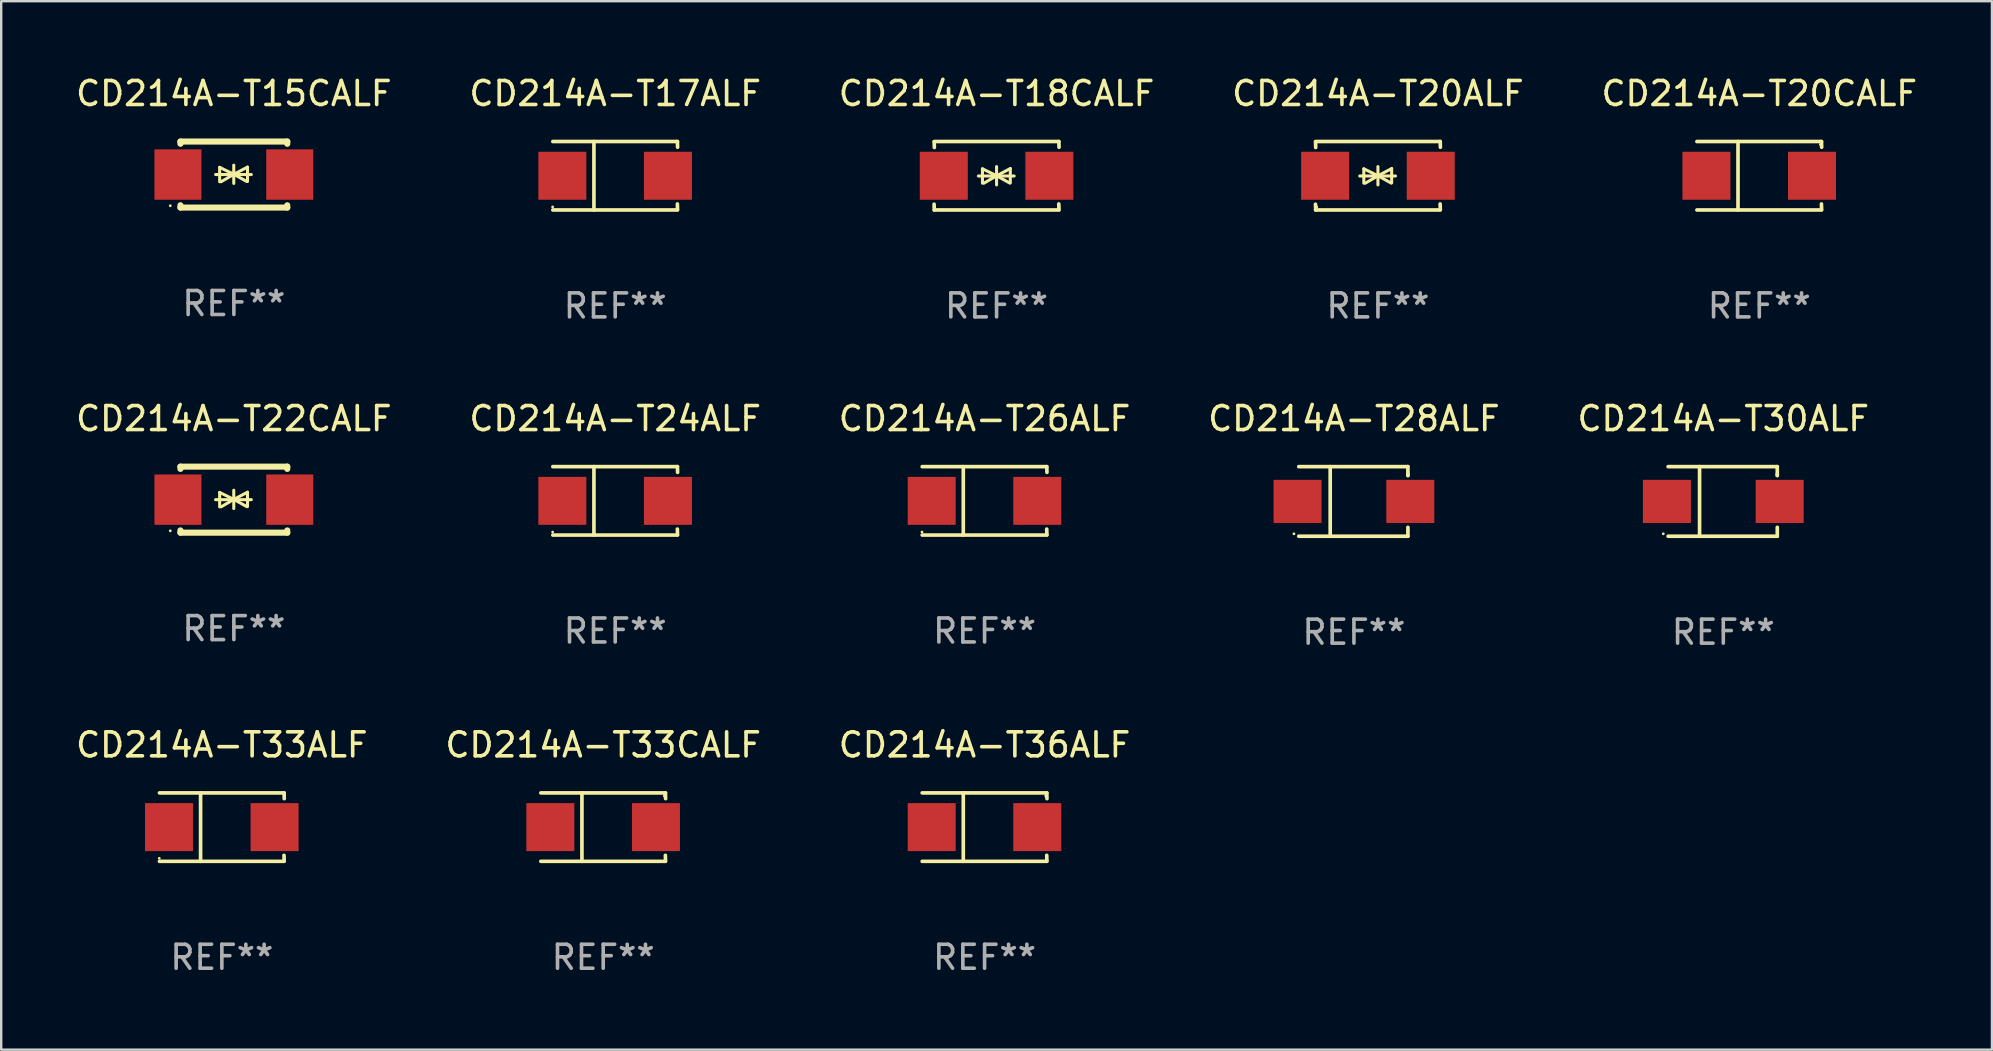
<source format=kicad_pcb>
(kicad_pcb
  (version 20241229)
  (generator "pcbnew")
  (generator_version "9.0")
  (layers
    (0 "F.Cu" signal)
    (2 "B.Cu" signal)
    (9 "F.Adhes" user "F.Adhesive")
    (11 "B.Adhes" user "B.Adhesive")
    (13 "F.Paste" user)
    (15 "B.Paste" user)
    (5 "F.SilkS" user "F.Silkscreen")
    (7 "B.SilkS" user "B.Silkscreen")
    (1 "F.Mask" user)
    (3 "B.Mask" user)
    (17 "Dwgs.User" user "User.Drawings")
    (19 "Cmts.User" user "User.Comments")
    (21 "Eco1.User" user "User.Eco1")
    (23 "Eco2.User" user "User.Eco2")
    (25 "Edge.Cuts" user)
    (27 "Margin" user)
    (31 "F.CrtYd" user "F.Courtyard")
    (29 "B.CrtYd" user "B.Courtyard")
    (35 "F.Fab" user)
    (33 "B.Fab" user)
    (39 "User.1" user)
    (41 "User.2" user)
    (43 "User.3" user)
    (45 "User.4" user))
  (footprint "CD214A-T28ALF"
    (layer "F.Cu")
    (at 53.375 17.847)
    (property "Reference" "CD214A-T28ALF" (at 0 -3.45 0) (layer "F.SilkS") (effects (font (size 1 1) (thickness 0.15))))
    (attr through_hole)
    (fp_line (start -2.3 -1.45) (end 2.25 -1.45) (stroke (width 0.152) (type solid)) (layer "F.SilkS"))
    (fp_line (start -0.989 -1.45) (end -0.989 1.45) (stroke (width 0.152) (type solid)) (layer "F.SilkS"))
    (fp_line (start 2.25 -1.45) (end 2.25 -1.08) (stroke (width 0.152) (type solid)) (layer "F.SilkS"))
    (fp_line (start 2.25 -1.08) (end 2.25 -1.142) (stroke (width 0.152) (type solid)) (layer "F.SilkS"))
    (fp_line (start 2.25 1.45) (end -2.3 1.45) (stroke (width 0.152) (type solid)) (layer "F.SilkS"))
    (fp_line (start 2.25 1.45) (end 2.25 1.08) (stroke (width 0.152) (type solid)) (layer "F.SilkS"))
    (fp_circle (center -2.5 1.35) (end -2.47 1.35) (stroke (width 0.06) (type solid)) (fill no) (layer "F.SilkS"))
    (fp_text user "REF**" (at 0 5.45 0) (layer "F.Fab") (effects (font (size 1 1) (thickness 0.15))))
    (pad "1" smd rect (at -2.35 0.000025) (size 2 1.8) (layers "F.Cu" "F.Mask" "F.Paste"))
    (pad "2" smd rect (at 2.35 0.000025) (size 2 1.8) (layers "F.Cu" "F.Mask" "F.Paste")))
  (footprint "CD214A-T20CALF"
    (layer "F.Cu")
    (at 70.268 4.274)
    (property "Reference" "CD214A-T20CALF" (at 0 -3.426 0) (layer "F.SilkS") (effects (font (size 1 1) (thickness 0.15))))
    (attr through_hole)
    (fp_line (start -2.6 -1.426) (end 2.593 -1.426) (stroke (width 0.152) (type solid)) (layer "F.SilkS"))
    (fp_line (start -2.6 1.426) (end 2.593 1.426) (stroke (width 0.152) (type solid)) (layer "F.SilkS"))
    (fp_line (start -0.887 -1.426) (end -0.887 1.426) (stroke (width 0.152) (type solid)) (layer "F.SilkS"))
    (fp_line (start 2.59 1.176) (end 2.597 1.415) (stroke (width 0.152) (type solid)) (layer "F.SilkS"))
    (fp_line (start 2.593 -1.426) (end 2.6 -1.187) (stroke (width 0.152) (type solid)) (layer "F.SilkS"))
    (fp_circle (center 2.547 -1.3) (end 2.577 -1.3) (stroke (width 0.06) (type solid)) (fill no) (layer "F.SilkS"))
    (fp_text user "REF**" (at 0 5.426 0) (layer "F.Fab") (effects (font (size 1 1) (thickness 0.15))))
    (pad "1" smd rect (at 2.197 -0.000025 180) (size 2 2) (layers "F.Cu" "F.Mask" "F.Paste"))
    (pad "2" smd rect (at -2.203 -0.000025 180) (size 2 2) (layers "F.Cu" "F.Mask" "F.Paste")))
  (footprint "CD214A-T18CALF"
    (layer "F.Cu")
    (at 38.482 4.274)
    (property "Reference" "CD214A-T18CALF" (at 0 -3.426 0) (layer "F.SilkS") (effects (font (size 1 1) (thickness 0.15))))
    (attr through_hole)
    (fp_line (start -2.596 -1.426) (end 2.596 -1.426) (stroke (width 0.152) (type solid)) (layer "F.SilkS"))
    (fp_line (start -2.596 1.426) (end -2.603 1.187) (stroke (width 0.152) (type solid)) (layer "F.SilkS"))
    (fp_line (start -2.596 1.426) (end 2.596 1.426) (stroke (width 0.152) (type solid)) (layer "F.SilkS"))
    (fp_line (start -2.593 -1.176) (end -2.6 -1.415) (stroke (width 0.152) (type solid)) (layer "F.SilkS"))
    (fp_line (start -0.758 0.011) (end 0.732 0.011) (stroke (width 0.127) (type solid)) (layer "F.SilkS"))
    (fp_line (start -0.588 -0.289) (end -0.588 0.311) (stroke (width 0.127) (type solid)) (layer "F.SilkS"))
    (fp_line (start -0.588 -0.289) (end 0 0) (stroke (width 0.127) (type solid)) (layer "F.SilkS"))
    (fp_line (start -0.528 0.311) (end 0 0) (stroke (width 0.127) (type solid)) (layer "F.SilkS"))
    (fp_line (start 0 0) (end 0 -0.381) (stroke (width 0.127) (type solid)) (layer "F.SilkS"))
    (fp_line (start 0 0) (end 0 0.381) (stroke (width 0.127) (type solid)) (layer "F.SilkS"))
    (fp_line (start 0.542 0.301) (end 0 0) (stroke (width 0.127) (type solid)) (layer "F.SilkS"))
    (fp_line (start 0.572 -0.299) (end 0 0) (stroke (width 0.127) (type solid)) (layer "F.SilkS"))
    (fp_line (start 0.572 -0.299) (end 0.572 0.301) (stroke (width 0.127) (type solid)) (layer "F.SilkS"))
    (fp_line (start 2.593 1.176) (end 2.6 1.415) (stroke (width 0.152) (type solid)) (layer "F.SilkS"))
    (fp_line (start 2.596 -1.426) (end 2.603 -1.187) (stroke (width 0.152) (type solid)) (layer "F.SilkS"))
    (fp_circle (center -2.605 1.3) (end -2.575 1.3) (stroke (width 0.06) (type solid)) (fill no) (layer "F.SilkS"))
    (fp_text user "REF**" (at 0 5.426 0) (layer "F.Fab") (effects (font (size 1 1) (thickness 0.15))))
    (pad "1" smd rect (at -2.2 0 180) (size 2 2) (layers "F.Cu" "F.Mask" "F.Paste"))
    (pad "2" smd rect (at 2.2 0 180) (size 2 2) (layers "F.Cu" "F.Mask" "F.Paste")))
  (footprint "CD214A-T33ALF"
    (layer "F.Cu")
    (at 6.196 31.42)
    (property "Reference" "CD214A-T33ALF" (at 0 -3.426 0) (layer "F.SilkS") (effects (font (size 1 1) (thickness 0.15))))
    (attr through_hole)
    (fp_line (start -2.6 -1.426) (end 2.593 -1.426) (stroke (width 0.152) (type solid)) (layer "F.SilkS"))
    (fp_line (start -2.6 1.426) (end 2.593 1.426) (stroke (width 0.152) (type solid)) (layer "F.SilkS"))
    (fp_line (start -0.887 -1.426) (end -0.887 1.426) (stroke (width 0.152) (type solid)) (layer "F.SilkS"))
    (fp_line (start 2.59 1.176) (end 2.597 1.415) (stroke (width 0.152) (type solid)) (layer "F.SilkS"))
    (fp_line (start 2.593 -1.426) (end 2.6 -1.187) (stroke (width 0.152) (type solid)) (layer "F.SilkS"))
    (fp_circle (center -2.608 1.3) (end -2.578 1.3) (stroke (width 0.06) (type solid)) (fill no) (layer "F.SilkS"))
    (fp_text user "REF**" (at 0 5.426 0) (layer "F.Fab") (effects (font (size 1 1) (thickness 0.15))))
    (pad "1" smd rect (at -2.203 0 180) (size 2 2) (layers "F.Cu" "F.Mask" "F.Paste"))
    (pad "2" smd rect (at 2.197 0 180) (size 2 2) (layers "F.Cu" "F.Mask" "F.Paste")))
  (footprint "CD214A-T20ALF"
    (layer "F.Cu")
    (at 54.375 4.274)
    (property "Reference" "CD214A-T20ALF" (at 0 -3.426 0) (layer "F.SilkS") (effects (font (size 1 1) (thickness 0.15))))
    (attr through_hole)
    (fp_line (start -2.596 -1.426) (end 2.596 -1.426) (stroke (width 0.152) (type solid)) (layer "F.SilkS"))
    (fp_line (start -2.596 1.426) (end -2.603 1.187) (stroke (width 0.152) (type solid)) (layer "F.SilkS"))
    (fp_line (start -2.596 1.426) (end 2.596 1.426) (stroke (width 0.152) (type solid)) (layer "F.SilkS"))
    (fp_line (start -2.593 -1.176) (end -2.6 -1.415) (stroke (width 0.152) (type solid)) (layer "F.SilkS"))
    (fp_line (start -0.758 0.011) (end 0.732 0.011) (stroke (width 0.127) (type solid)) (layer "F.SilkS"))
    (fp_line (start -0.588 -0.289) (end -0.588 0.311) (stroke (width 0.127) (type solid)) (layer "F.SilkS"))
    (fp_line (start -0.588 -0.289) (end 0 0) (stroke (width 0.127) (type solid)) (layer "F.SilkS"))
    (fp_line (start -0.528 0.311) (end 0 0) (stroke (width 0.127) (type solid)) (layer "F.SilkS"))
    (fp_line (start 0 0) (end 0 -0.381) (stroke (width 0.127) (type solid)) (layer "F.SilkS"))
    (fp_line (start 0 0) (end 0 0.381) (stroke (width 0.127) (type solid)) (layer "F.SilkS"))
    (fp_line (start 0.542 0.301) (end 0 0) (stroke (width 0.127) (type solid)) (layer "F.SilkS"))
    (fp_line (start 0.572 -0.299) (end 0 0) (stroke (width 0.127) (type solid)) (layer "F.SilkS"))
    (fp_line (start 0.572 -0.299) (end 0.572 0.301) (stroke (width 0.127) (type solid)) (layer "F.SilkS"))
    (fp_line (start 2.593 1.176) (end 2.6 1.415) (stroke (width 0.152) (type solid)) (layer "F.SilkS"))
    (fp_line (start 2.596 -1.426) (end 2.603 -1.187) (stroke (width 0.152) (type solid)) (layer "F.SilkS"))
    (fp_circle (center -2.55 1.3) (end -2.52 1.3) (stroke (width 0.06) (type solid)) (fill no) (layer "F.SilkS"))
    (fp_text user "REF**" (at 0 5.426 0) (layer "F.Fab") (effects (font (size 1 1) (thickness 0.15))))
    (pad "1" smd rect (at -2.2 0 180) (size 2 2) (layers "F.Cu" "F.Mask" "F.Paste"))
    (pad "2" smd rect (at 2.2 0 180) (size 2 2) (layers "F.Cu" "F.Mask" "F.Paste")))
  (footprint "CD214A-T22CALF"
    (layer "F.Cu")
    (at 6.696 17.773)
    (property "Reference" "CD214A-T22CALF" (at 0 -3.376 0) (layer "F.SilkS") (effects (font (size 1 1) (thickness 0.15))))
    (attr through_hole)
    (fp_line (start -2.226 -1.376) (end -2.226 -1.281) (stroke (width 0.254) (type solid)) (layer "F.SilkS"))
    (fp_line (start -2.226 -1.376) (end 2.226 -1.376) (stroke (width 0.254) (type solid)) (layer "F.SilkS"))
    (fp_line (start -2.226 1.281) (end -2.226 1.376) (stroke (width 0.254) (type solid)) (layer "F.SilkS"))
    (fp_line (start -2.226 1.376) (end 2.226 1.376) (stroke (width 0.254) (type solid)) (layer "F.SilkS"))
    (fp_line (start -0.762 0) (end 0.728 0) (stroke (width 0.127) (type solid)) (layer "F.SilkS"))
    (fp_line (start -0.592 -0.3) (end -0.592 0.3) (stroke (width 0.127) (type solid)) (layer "F.SilkS"))
    (fp_line (start -0.592 -0.3) (end -0.004 -0.011) (stroke (width 0.127) (type solid)) (layer "F.SilkS"))
    (fp_line (start -0.532 0.3) (end -0.004 -0.011) (stroke (width 0.127) (type solid)) (layer "F.SilkS"))
    (fp_line (start -0.004 -0.011) (end -0.004 -0.392) (stroke (width 0.127) (type solid)) (layer "F.SilkS"))
    (fp_line (start -0.004 -0.011) (end -0.004 0.37) (stroke (width 0.127) (type solid)) (layer "F.SilkS"))
    (fp_line (start 0.538 0.29) (end -0.004 -0.011) (stroke (width 0.127) (type solid)) (layer "F.SilkS"))
    (fp_line (start 0.568 -0.31) (end -0.004 -0.011) (stroke (width 0.127) (type solid)) (layer "F.SilkS"))
    (fp_line (start 0.568 -0.31) (end 0.568 0.29) (stroke (width 0.127) (type solid)) (layer "F.SilkS"))
    (fp_line (start 2.226 -1.376) (end 2.226 -1.281) (stroke (width 0.254) (type solid)) (layer "F.SilkS"))
    (fp_line (start 2.226 1.281) (end 2.226 1.376) (stroke (width 0.254) (type solid)) (layer "F.SilkS"))
    (fp_circle (center -2.65 1.3) (end -2.62 1.3) (stroke (width 0.06) (type solid)) (fill no) (layer "F.SilkS"))
    (fp_text user "REF**" (at 0 5.376 0) (layer "F.Fab") (effects (font (size 1 1) (thickness 0.15))))
    (pad "1" smd rect (at -2.33 0) (size 1.96 2.1) (layers "F.Cu" "F.Mask" "F.Paste"))
    (pad "2" smd rect (at 2.33 0) (size 1.96 2.1) (layers "F.Cu" "F.Mask" "F.Paste")))
  (footprint "CD214A-T15CALF"
    (layer "F.Cu")
    (at 6.696 4.224)
    (property "Reference" "CD214A-T15CALF" (at 0 -3.376 0) (layer "F.SilkS") (effects (font (size 1 1) (thickness 0.15))))
    (attr through_hole)
    (fp_line (start -2.226 -1.376) (end -2.226 -1.281) (stroke (width 0.254) (type solid)) (layer "F.SilkS"))
    (fp_line (start -2.226 -1.376) (end 2.226 -1.376) (stroke (width 0.254) (type solid)) (layer "F.SilkS"))
    (fp_line (start -2.226 1.281) (end -2.226 1.376) (stroke (width 0.254) (type solid)) (layer "F.SilkS"))
    (fp_line (start -2.226 1.376) (end 2.226 1.376) (stroke (width 0.254) (type solid)) (layer "F.SilkS"))
    (fp_line (start -0.762 0) (end 0.728 0) (stroke (width 0.127) (type solid)) (layer "F.SilkS"))
    (fp_line (start -0.592 -0.3) (end -0.592 0.3) (stroke (width 0.127) (type solid)) (layer "F.SilkS"))
    (fp_line (start -0.592 -0.3) (end -0.004 -0.011) (stroke (width 0.127) (type solid)) (layer "F.SilkS"))
    (fp_line (start -0.532 0.3) (end -0.004 -0.011) (stroke (width 0.127) (type solid)) (layer "F.SilkS"))
    (fp_line (start -0.004 -0.011) (end -0.004 -0.392) (stroke (width 0.127) (type solid)) (layer "F.SilkS"))
    (fp_line (start -0.004 -0.011) (end -0.004 0.37) (stroke (width 0.127) (type solid)) (layer "F.SilkS"))
    (fp_line (start 0.538 0.29) (end -0.004 -0.011) (stroke (width 0.127) (type solid)) (layer "F.SilkS"))
    (fp_line (start 0.568 -0.31) (end -0.004 -0.011) (stroke (width 0.127) (type solid)) (layer "F.SilkS"))
    (fp_line (start 0.568 -0.31) (end 0.568 0.29) (stroke (width 0.127) (type solid)) (layer "F.SilkS"))
    (fp_line (start 2.226 -1.376) (end 2.226 -1.281) (stroke (width 0.254) (type solid)) (layer "F.SilkS"))
    (fp_line (start 2.226 1.281) (end 2.226 1.376) (stroke (width 0.254) (type solid)) (layer "F.SilkS"))
    (fp_circle (center -2.65 1.3) (end -2.62 1.3) (stroke (width 0.06) (type solid)) (fill no) (layer "F.SilkS"))
    (fp_text user "REF**" (at 0 5.376 0) (layer "F.Fab") (effects (font (size 1 1) (thickness 0.15))))
    (pad "1" smd rect (at -2.33 0) (size 1.96 2.1) (layers "F.Cu" "F.Mask" "F.Paste"))
    (pad "2" smd rect (at 2.33 0) (size 1.96 2.1) (layers "F.Cu" "F.Mask" "F.Paste")))
  (footprint "CD214A-T26ALF"
    (layer "F.Cu")
    (at 37.982 17.823)
    (property "Reference" "CD214A-T26ALF" (at 0 -3.426 0) (layer "F.SilkS") (effects (font (size 1 1) (thickness 0.15))))
    (attr through_hole)
    (fp_line (start -2.6 -1.426) (end 2.593 -1.426) (stroke (width 0.152) (type solid)) (layer "F.SilkS"))
    (fp_line (start -2.6 1.426) (end 2.593 1.426) (stroke (width 0.152) (type solid)) (layer "F.SilkS"))
    (fp_line (start -0.887 -1.426) (end -0.887 1.426) (stroke (width 0.152) (type solid)) (layer "F.SilkS"))
    (fp_line (start 2.59 1.176) (end 2.597 1.415) (stroke (width 0.152) (type solid)) (layer "F.SilkS"))
    (fp_line (start 2.593 -1.426) (end 2.6 -1.187) (stroke (width 0.152) (type solid)) (layer "F.SilkS"))
    (fp_circle (center -2.608 1.3) (end -2.578 1.3) (stroke (width 0.06) (type solid)) (fill no) (layer "F.SilkS"))
    (fp_text user "REF**" (at 0 5.426 0) (layer "F.Fab") (effects (font (size 1 1) (thickness 0.15))))
    (pad "1" smd rect (at -2.203 0 180) (size 2 2) (layers "F.Cu" "F.Mask" "F.Paste"))
    (pad "2" smd rect (at 2.197 0 180) (size 2 2) (layers "F.Cu" "F.Mask" "F.Paste")))
  (footprint "CD214A-T30ALF"
    (layer "F.Cu")
    (at 68.768 17.847)
    (property "Reference" "CD214A-T30ALF" (at 0 -3.45 0) (layer "F.SilkS") (effects (font (size 1 1) (thickness 0.15))))
    (attr through_hole)
    (fp_line (start -2.3 -1.45) (end 2.25 -1.45) (stroke (width 0.152) (type solid)) (layer "F.SilkS"))
    (fp_line (start -0.989 -1.45) (end -0.989 1.45) (stroke (width 0.152) (type solid)) (layer "F.SilkS"))
    (fp_line (start 2.25 -1.45) (end 2.25 -1.08) (stroke (width 0.152) (type solid)) (layer "F.SilkS"))
    (fp_line (start 2.25 -1.08) (end 2.25 -1.142) (stroke (width 0.152) (type solid)) (layer "F.SilkS"))
    (fp_line (start 2.25 1.45) (end -2.3 1.45) (stroke (width 0.152) (type solid)) (layer "F.SilkS"))
    (fp_line (start 2.25 1.45) (end 2.25 1.08) (stroke (width 0.152) (type solid)) (layer "F.SilkS"))
    (fp_circle (center -2.5 1.35) (end -2.47 1.35) (stroke (width 0.06) (type solid)) (fill no) (layer "F.SilkS"))
    (fp_text user "REF**" (at 0 5.45 0) (layer "F.Fab") (effects (font (size 1 1) (thickness 0.15))))
    (pad "1" smd rect (at -2.35 0.000025) (size 2 1.8) (layers "F.Cu" "F.Mask" "F.Paste"))
    (pad "2" smd rect (at 2.35 0.000025) (size 2 1.8) (layers "F.Cu" "F.Mask" "F.Paste")))
  (footprint "CD214A-T24ALF"
    (layer "F.Cu")
    (at 22.589 17.823)
    (property "Reference" "CD214A-T24ALF" (at 0 -3.426 0) (layer "F.SilkS") (effects (font (size 1 1) (thickness 0.15))))
    (attr through_hole)
    (fp_line (start -2.6 -1.426) (end 2.593 -1.426) (stroke (width 0.152) (type solid)) (layer "F.SilkS"))
    (fp_line (start -2.6 1.426) (end 2.593 1.426) (stroke (width 0.152) (type solid)) (layer "F.SilkS"))
    (fp_line (start -0.887 -1.426) (end -0.887 1.426) (stroke (width 0.152) (type solid)) (layer "F.SilkS"))
    (fp_line (start 2.59 1.176) (end 2.597 1.415) (stroke (width 0.152) (type solid)) (layer "F.SilkS"))
    (fp_line (start 2.593 -1.426) (end 2.6 -1.187) (stroke (width 0.152) (type solid)) (layer "F.SilkS"))
    (fp_circle (center -2.608 1.3) (end -2.578 1.3) (stroke (width 0.06) (type solid)) (fill no) (layer "F.SilkS"))
    (fp_text user "REF**" (at 0 5.426 0) (layer "F.Fab") (effects (font (size 1 1) (thickness 0.15))))
    (pad "1" smd rect (at -2.203 0 180) (size 2 2) (layers "F.Cu" "F.Mask" "F.Paste"))
    (pad "2" smd rect (at 2.197 0 180) (size 2 2) (layers "F.Cu" "F.Mask" "F.Paste")))
  (footprint "CD214A-T17ALF"
    (layer "F.Cu")
    (at 22.589 4.274)
    (property "Reference" "CD214A-T17ALF" (at 0 -3.426 0) (layer "F.SilkS") (effects (font (size 1 1) (thickness 0.15))))
    (attr through_hole)
    (fp_line (start -2.6 -1.426) (end 2.593 -1.426) (stroke (width 0.152) (type solid)) (layer "F.SilkS"))
    (fp_line (start -2.6 1.426) (end 2.593 1.426) (stroke (width 0.152) (type solid)) (layer "F.SilkS"))
    (fp_line (start -0.887 -1.426) (end -0.887 1.426) (stroke (width 0.152) (type solid)) (layer "F.SilkS"))
    (fp_line (start 2.59 1.176) (end 2.597 1.415) (stroke (width 0.152) (type solid)) (layer "F.SilkS"))
    (fp_line (start 2.593 -1.426) (end 2.6 -1.187) (stroke (width 0.152) (type solid)) (layer "F.SilkS"))
    (fp_circle (center -2.608 1.3) (end -2.578 1.3) (stroke (width 0.06) (type solid)) (fill no) (layer "F.SilkS"))
    (fp_text user "REF**" (at 0 5.426 0) (layer "F.Fab") (effects (font (size 1 1) (thickness 0.15))))
    (pad "1" smd rect (at -2.203 0 180) (size 2 2) (layers "F.Cu" "F.Mask" "F.Paste"))
    (pad "2" smd rect (at 2.197 0 180) (size 2 2) (layers "F.Cu" "F.Mask" "F.Paste")))
  (footprint "CD214A-T36ALF"
    (layer "F.Cu")
    (at 37.982 31.42)
    (property "Reference" "CD214A-T36ALF" (at 0 -3.426 0) (layer "F.SilkS") (effects (font (size 1 1) (thickness 0.15))))
    (attr through_hole)
    (fp_line (start -2.6 -1.426) (end 2.593 -1.426) (stroke (width 0.152) (type solid)) (layer "F.SilkS"))
    (fp_line (start -2.6 1.426) (end 2.593 1.426) (stroke (width 0.152) (type solid)) (layer "F.SilkS"))
    (fp_line (start -0.887 -1.426) (end -0.887 1.426) (stroke (width 0.152) (type solid)) (layer "F.SilkS"))
    (fp_line (start 2.59 1.176) (end 2.597 1.415) (stroke (width 0.152) (type solid)) (layer "F.SilkS"))
    (fp_line (start 2.593 -1.426) (end 2.6 -1.187) (stroke (width 0.152) (type solid)) (layer "F.SilkS"))
    (fp_circle (center 2.547 -1.3) (end 2.577 -1.3) (stroke (width 0.06) (type solid)) (fill no) (layer "F.SilkS"))
    (fp_text user "REF**" (at 0 5.426 0) (layer "F.Fab") (effects (font (size 1 1) (thickness 0.15))))
    (pad "1" smd rect (at 2.197 -0.000025 180) (size 2 2) (layers "F.Cu" "F.Mask" "F.Paste"))
    (pad "2" smd rect (at -2.203 -0.000025 180) (size 2 2) (layers "F.Cu" "F.Mask" "F.Paste")))
  (footprint "CD214A-T33CALF"
    (layer "F.Cu")
    (at 22.089 31.42)
    (property "Reference" "CD214A-T33CALF" (at 0 -3.426 0) (layer "F.SilkS") (effects (font (size 1 1) (thickness 0.15))))
    (attr through_hole)
    (fp_line (start -2.6 -1.426) (end 2.593 -1.426) (stroke (width 0.152) (type solid)) (layer "F.SilkS"))
    (fp_line (start -2.6 1.426) (end 2.593 1.426) (stroke (width 0.152) (type solid)) (layer "F.SilkS"))
    (fp_line (start -0.887 -1.426) (end -0.887 1.426) (stroke (width 0.152) (type solid)) (layer "F.SilkS"))
    (fp_line (start 2.59 1.176) (end 2.597 1.415) (stroke (width 0.152) (type solid)) (layer "F.SilkS"))
    (fp_line (start 2.593 -1.426) (end 2.6 -1.187) (stroke (width 0.152) (type solid)) (layer "F.SilkS"))
    (fp_circle (center 2.547 -1.3) (end 2.577 -1.3) (stroke (width 0.06) (type solid)) (fill no) (layer "F.SilkS"))
    (fp_text user "REF**" (at 0 5.426 0) (layer "F.Fab") (effects (font (size 1 1) (thickness 0.15))))
    (pad "1" smd rect (at 2.197 -0.000025 180) (size 2 2) (layers "F.Cu" "F.Mask" "F.Paste"))
    (pad "2" smd rect (at -2.203 -0.000025 180) (size 2 2) (layers "F.Cu" "F.Mask" "F.Paste")))
  (gr_rect
    (start -3 -3)
    (end 79.964 40.694)
    (stroke (width 0.1) (type default))
    (fill no)
    (layer "Edge.Cuts")))
</source>
